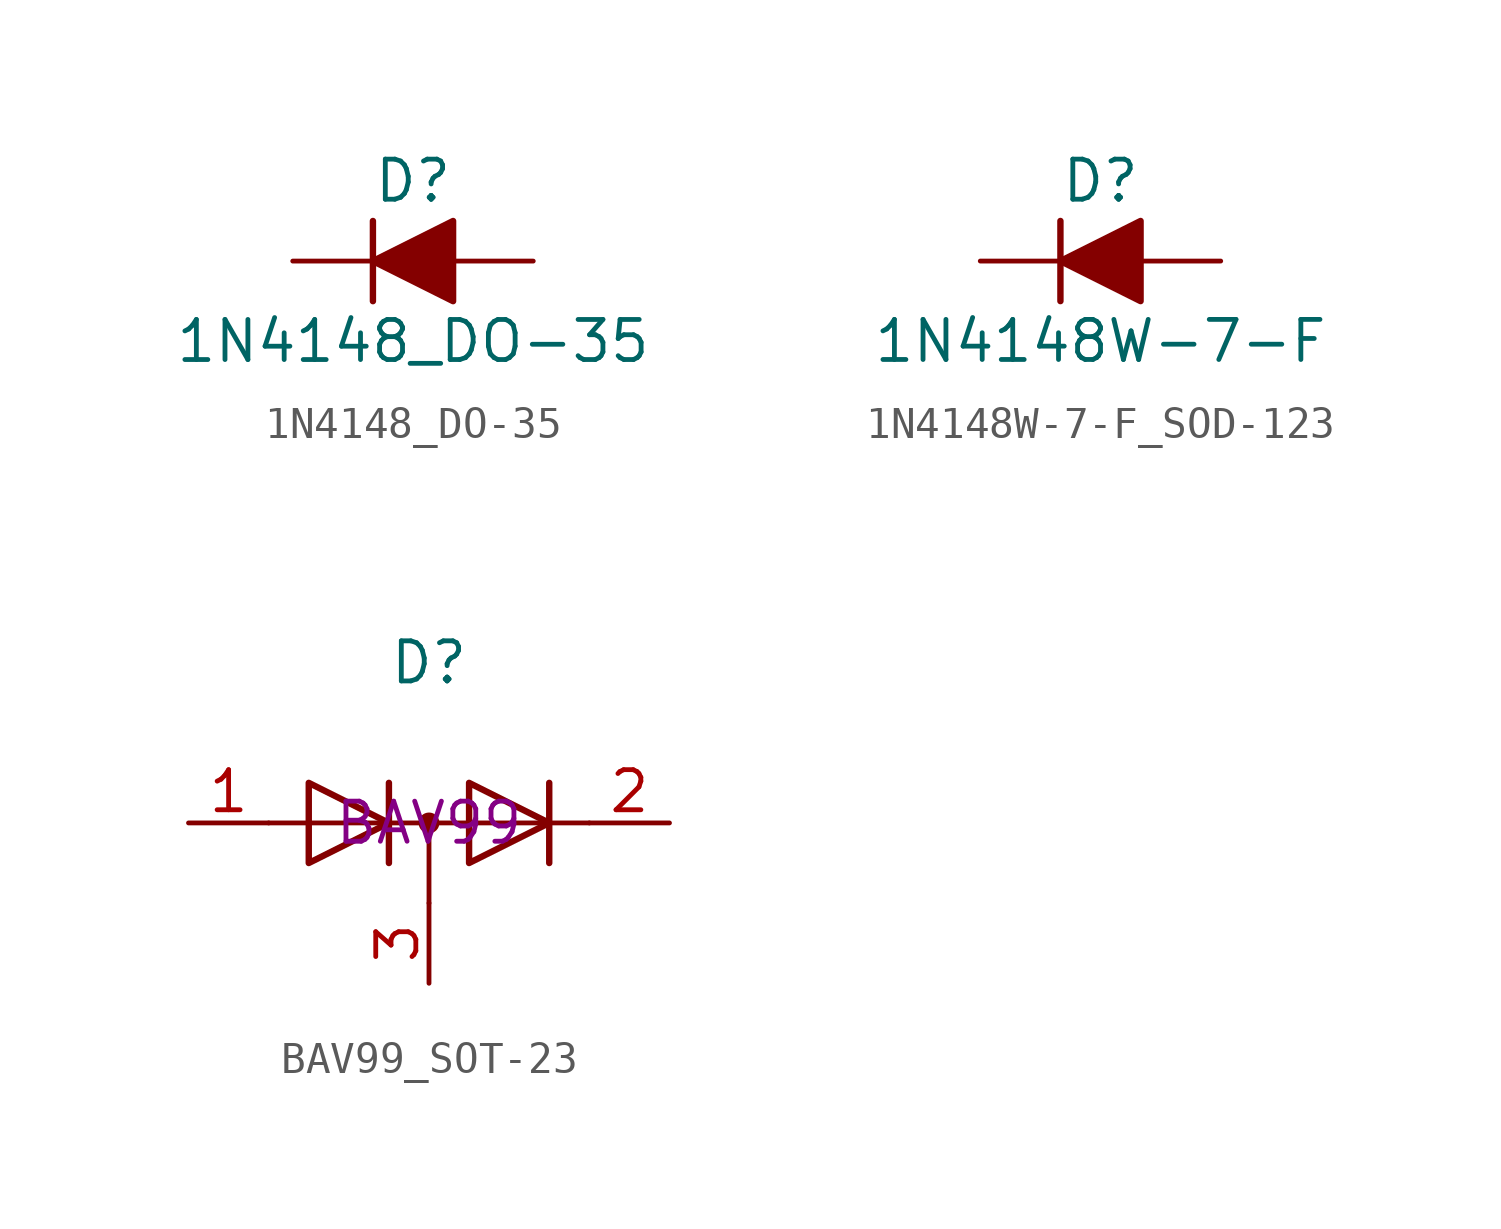
<source format=kicad_sym>
(kicad_symbol_lib
  (version 20220914)
  (generator kicad_symbol_editor)
  (symbol "1N4148_DO-35"
    (pin_numbers hide)
    (pin_names
      (offset 1.016) hide)
    (property "Reference" "D"
      (at 0 2.54 0)
      (effects (font (size 1.27 1.27))))
    (property "Value" "1N4148_DO-35"
      (at 0 -2.54 0)
      (effects (font (size 1.27 1.27))))
    (symbol "1N4148_DO-35_0_1"
      (polyline (pts (xy -1.27 1.27) (xy -1.27 -1.27)) (stroke (width 0.203) (type default)) (fill (type none)))
      (polyline (pts (xy 1.27 1.27) (xy 1.27 -1.27) (xy -1.27 0) (xy 1.27 1.27)) (stroke (width 0.203) (type default)) (fill (type outline))))
    (symbol "1N4148_DO-35_1_1"
      (pin passive line (at -3.81 0 0) (length 2.54) (name "K" (effects (font (size 1.27 1.27)))) (number "1" (effects (font (size 1.27 1.27)))))
      (pin passive line (at 3.81 0 180) (length 2.54) (name "A" (effects (font (size 1.27 1.27)))) (number "2" (effects (font (size 1.27 1.27)))))))
  (symbol "1N4148W-7-F_SOD-123"
    (pin_numbers hide)
    (pin_names
      (offset 1.016) hide)
    (property "Reference" "D"
      (at 0 2.54 0)
      (effects (font (size 1.27 1.27))))
    (property "Value" "1N4148W-7-F"
      (at 0 -2.54 0)
      (effects (font (size 1.27 1.27))))
    (symbol "1N4148W-7-F_SOD-123_0_1"
      (polyline (pts (xy -1.27 1.27) (xy -1.27 -1.27)) (stroke (width 0.203) (type default)) (fill (type none)))
      (polyline (pts (xy 1.27 1.27) (xy 1.27 -1.27) (xy -1.27 0) (xy 1.27 1.27)) (stroke (width 0.203) (type default)) (fill (type outline))))
    (symbol "1N4148W-7-F_SOD-123_1_1"
      (pin passive line (at -3.81 0 0) (length 2.54) (name "K" (effects (font (size 1.27 1.27)))) (number "1" (effects (font (size 1.27 1.27)))))
      (pin passive line (at 3.81 0 180) (length 2.54) (name "A" (effects (font (size 1.27 1.27)))) (number "2" (effects (font (size 1.27 1.27)))))))
  (symbol "BAV99_SOT-23"
    (pin_names hide)
    (property "Reference" "D"
      (at 0 5.08 0)
      (effects (font (size 1.27 1.27))))
    (property "Manufacturer Part Number" "BAV99"
      (at 0 0 0)
      (effects (font (size 1.27 1.27))))
    (symbol "BAV99_SOT-23_0_1"
      (polyline (pts (xy -5.08 0) (xy 5.08 0)) (stroke (width 0) (type default)) (fill (type none))))
    (symbol "BAV99_SOT-23_1_1"
      (polyline (pts (xy 0 0) (xy 0 -2.54)) (stroke (width 0) (type default)) (fill (type none)))
      (polyline (pts (xy -1.27 -1.27) (xy -1.27 1.27) (xy -1.27 1.27)) (stroke (width 0.203) (type default)) (fill (type none)))
      (polyline (pts (xy 3.81 1.27) (xy 3.81 -1.27) (xy 3.81 -1.27)) (stroke (width 0.203) (type default)) (fill (type none)))
      (polyline (pts (xy -3.81 1.27) (xy -1.27 0) (xy -3.81 -1.27) (xy -3.81 1.27) (xy -3.81 1.27) (xy -3.81 1.27)) (stroke (width 0.203) (type default)) (fill (type none)))
      (polyline (pts (xy 1.27 1.27) (xy 3.81 0) (xy 1.27 -1.27) (xy 1.27 1.27) (xy 1.27 1.27) (xy 1.27 1.27)) (stroke (width 0.203) (type default)) (fill (type none)))
      (circle (center 0 0) (radius 0.254) (stroke (width 0) (type default)) (fill (type outline)))
      (pin passive line (at -7.62 0 0) (length 2.54) (name "K" (effects (font (size 1.27 1.27)))) (number "1" (effects (font (size 1.27 1.27)))))
      (pin passive line (at 7.62 0 180) (length 2.54) (name "A" (effects (font (size 1.27 1.27)))) (number "2" (effects (font (size 1.27 1.27)))))
      (pin passive line (at 0 -5.08 90) (length 2.54) (name "K" (effects (font (size 1.27 1.27)))) (number "3" (effects (font (size 1.27 1.27))))))))
</source>
